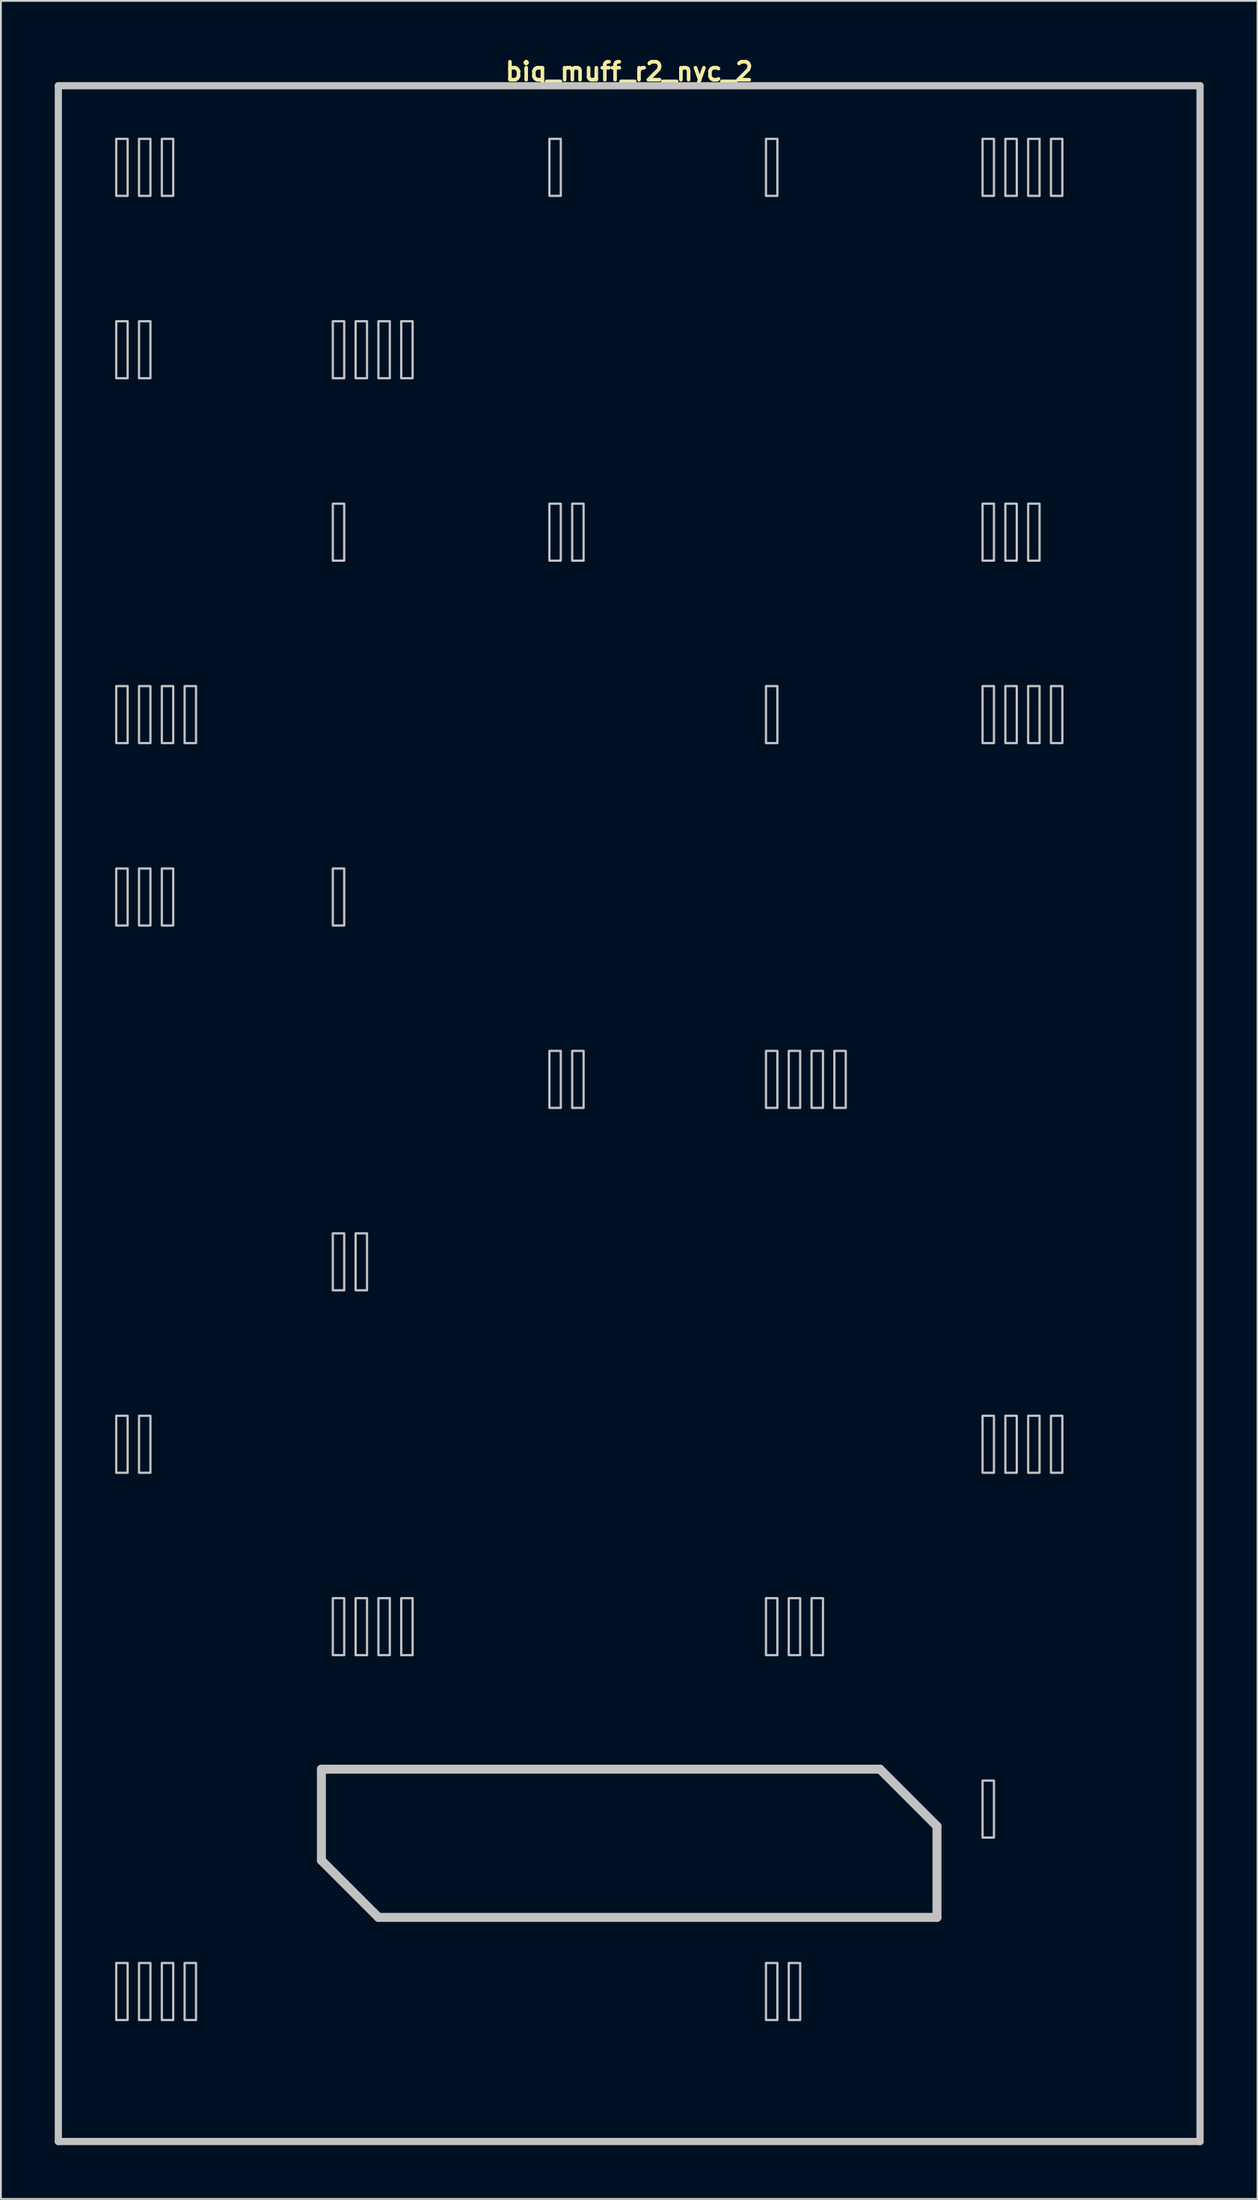
<source format=kicad_pcb>
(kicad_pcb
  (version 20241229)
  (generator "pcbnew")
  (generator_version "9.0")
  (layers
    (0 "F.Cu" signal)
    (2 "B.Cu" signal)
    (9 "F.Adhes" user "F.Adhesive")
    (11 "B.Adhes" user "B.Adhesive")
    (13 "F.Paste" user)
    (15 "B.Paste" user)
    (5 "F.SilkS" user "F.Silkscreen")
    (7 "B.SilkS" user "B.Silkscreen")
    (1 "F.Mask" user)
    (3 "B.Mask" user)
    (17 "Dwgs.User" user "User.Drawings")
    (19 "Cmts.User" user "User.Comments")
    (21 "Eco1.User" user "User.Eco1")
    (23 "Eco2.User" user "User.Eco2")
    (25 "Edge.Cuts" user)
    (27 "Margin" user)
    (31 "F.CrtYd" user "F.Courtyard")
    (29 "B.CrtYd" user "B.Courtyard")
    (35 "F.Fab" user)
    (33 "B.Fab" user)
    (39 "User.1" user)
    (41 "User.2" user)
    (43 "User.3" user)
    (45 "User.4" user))
  (footprint "big_muff_r2_nyc_2"
    (layer "F.Cu")
    (at 32 58.975)
    (property "Reference" "big_muff_r2_nyc_2" (at 0 -58.039 0) (layer "F.SilkS") (effects (font (size 1 1) (thickness 0.2))))
    (attr through_hole)
    (fp_line (start -31.8 -57.25) (end -31.8 57.25) (stroke (width 0.4) (type solid)) (layer "Dwgs.User"))
    (fp_line (start -31.8 -57.25) (end 31.8 -57.25) (stroke (width 0.4) (type solid)) (layer "Dwgs.User"))
    (fp_line (start -31.8 57.25) (end 31.8 57.25) (stroke (width 0.4) (type solid)) (layer "Dwgs.User"))
    (fp_line (start -17.145 36.513) (end -17.145 41.593) (stroke (width 0.5) (type solid)) (layer "Dwgs.User"))
    (fp_line (start -17.145 36.513) (end 13.97 36.513) (stroke (width 0.5) (type solid)) (layer "Dwgs.User"))
    (fp_line (start -17.145 41.593) (end -13.97 44.767) (stroke (width 0.5) (type solid)) (layer "Dwgs.User"))
    (fp_line (start -13.97 44.767) (end 17.145 44.767) (stroke (width 0.5) (type solid)) (layer "Dwgs.User"))
    (fp_line (start 13.97 36.513) (end 17.145 39.688) (stroke (width 0.5) (type solid)) (layer "Dwgs.User"))
    (fp_line (start 17.145 39.688) (end 17.145 44.767) (stroke (width 0.5) (type solid)) (layer "Dwgs.User"))
    (fp_line (start 31.8 -57.25) (end 31.8 57.25) (stroke (width 0.4) (type solid)) (layer "Dwgs.User"))
    (fp_poly (pts (xy -27.94 -51.117) (xy -28.575 -51.117) (xy -28.575 -54.292) (xy -27.94 -54.292)) (stroke (width 0.125) (type solid)) (fill no) (layer "Dwgs.User"))
    (fp_poly (pts (xy -27.94 -40.958) (xy -28.575 -40.958) (xy -28.575 -44.133) (xy -27.94 -44.133)) (stroke (width 0.125) (type solid)) (fill no) (layer "Dwgs.User"))
    (fp_poly (pts (xy -27.94 -20.637) (xy -28.575 -20.637) (xy -28.575 -23.812) (xy -27.94 -23.812)) (stroke (width 0.125) (type solid)) (fill no) (layer "Dwgs.User"))
    (fp_poly (pts (xy -27.94 -10.477) (xy -28.575 -10.477) (xy -28.575 -13.652) (xy -27.94 -13.652)) (stroke (width 0.125) (type solid)) (fill no) (layer "Dwgs.User"))
    (fp_poly (pts (xy -27.94 20.003) (xy -28.575 20.003) (xy -28.575 16.828) (xy -27.94 16.828)) (stroke (width 0.125) (type solid)) (fill no) (layer "Dwgs.User"))
    (fp_poly (pts (xy -27.94 50.483) (xy -28.575 50.483) (xy -28.575 47.307) (xy -27.94 47.307)) (stroke (width 0.125) (type solid)) (fill no) (layer "Dwgs.User"))
    (fp_poly (pts (xy -26.67 -51.117) (xy -27.305 -51.117) (xy -27.305 -54.292) (xy -26.67 -54.292)) (stroke (width 0.125) (type solid)) (fill no) (layer "Dwgs.User"))
    (fp_poly (pts (xy -26.67 -40.958) (xy -27.305 -40.958) (xy -27.305 -44.133) (xy -26.67 -44.133)) (stroke (width 0.125) (type solid)) (fill no) (layer "Dwgs.User"))
    (fp_poly (pts (xy -26.67 -20.637) (xy -27.305 -20.637) (xy -27.305 -23.812) (xy -26.67 -23.812)) (stroke (width 0.125) (type solid)) (fill no) (layer "Dwgs.User"))
    (fp_poly (pts (xy -26.67 -10.477) (xy -27.305 -10.477) (xy -27.305 -13.652) (xy -26.67 -13.652)) (stroke (width 0.125) (type solid)) (fill no) (layer "Dwgs.User"))
    (fp_poly (pts (xy -26.67 20.003) (xy -27.305 20.003) (xy -27.305 16.828) (xy -26.67 16.828)) (stroke (width 0.125) (type solid)) (fill no) (layer "Dwgs.User"))
    (fp_poly (pts (xy -26.67 50.483) (xy -27.305 50.483) (xy -27.305 47.307) (xy -26.67 47.307)) (stroke (width 0.125) (type solid)) (fill no) (layer "Dwgs.User"))
    (fp_poly (pts (xy -25.4 -51.117) (xy -26.035 -51.117) (xy -26.035 -54.292) (xy -25.4 -54.292)) (stroke (width 0.125) (type solid)) (fill no) (layer "Dwgs.User"))
    (fp_poly (pts (xy -25.4 -20.637) (xy -26.035 -20.637) (xy -26.035 -23.812) (xy -25.4 -23.812)) (stroke (width 0.125) (type solid)) (fill no) (layer "Dwgs.User"))
    (fp_poly (pts (xy -25.4 -10.477) (xy -26.035 -10.477) (xy -26.035 -13.652) (xy -25.4 -13.652)) (stroke (width 0.125) (type solid)) (fill no) (layer "Dwgs.User"))
    (fp_poly (pts (xy -25.4 50.483) (xy -26.035 50.483) (xy -26.035 47.307) (xy -25.4 47.307)) (stroke (width 0.125) (type solid)) (fill no) (layer "Dwgs.User"))
    (fp_poly (pts (xy -24.13 -20.637) (xy -24.765 -20.637) (xy -24.765 -23.812) (xy -24.13 -23.812)) (stroke (width 0.125) (type solid)) (fill no) (layer "Dwgs.User"))
    (fp_poly (pts (xy -24.13 50.483) (xy -24.765 50.483) (xy -24.765 47.307) (xy -24.13 47.307)) (stroke (width 0.125) (type solid)) (fill no) (layer "Dwgs.User"))
    (fp_poly (pts (xy -15.875 -40.958) (xy -16.51 -40.958) (xy -16.51 -44.133) (xy -15.875 -44.133)) (stroke (width 0.125) (type solid)) (fill no) (layer "Dwgs.User"))
    (fp_poly (pts (xy -15.875 -30.797) (xy -16.51 -30.797) (xy -16.51 -33.972) (xy -15.875 -33.972)) (stroke (width 0.125) (type solid)) (fill no) (layer "Dwgs.User"))
    (fp_poly (pts (xy -15.875 -10.477) (xy -16.51 -10.477) (xy -16.51 -13.652) (xy -15.875 -13.652)) (stroke (width 0.125) (type solid)) (fill no) (layer "Dwgs.User"))
    (fp_poly (pts (xy -15.875 9.842) (xy -16.51 9.842) (xy -16.51 6.668) (xy -15.875 6.668)) (stroke (width 0.125) (type solid)) (fill no) (layer "Dwgs.User"))
    (fp_poly (pts (xy -15.875 30.163) (xy -16.51 30.163) (xy -16.51 26.988) (xy -15.875 26.988)) (stroke (width 0.125) (type solid)) (fill no) (layer "Dwgs.User"))
    (fp_poly (pts (xy -14.605 -40.958) (xy -15.24 -40.958) (xy -15.24 -44.133) (xy -14.605 -44.133)) (stroke (width 0.125) (type solid)) (fill no) (layer "Dwgs.User"))
    (fp_poly (pts (xy -14.605 9.842) (xy -15.24 9.842) (xy -15.24 6.668) (xy -14.605 6.668)) (stroke (width 0.125) (type solid)) (fill no) (layer "Dwgs.User"))
    (fp_poly (pts (xy -14.605 30.163) (xy -15.24 30.163) (xy -15.24 26.988) (xy -14.605 26.988)) (stroke (width 0.125) (type solid)) (fill no) (layer "Dwgs.User"))
    (fp_poly (pts (xy -13.335 -40.958) (xy -13.97 -40.958) (xy -13.97 -44.133) (xy -13.335 -44.133)) (stroke (width 0.125) (type solid)) (fill no) (layer "Dwgs.User"))
    (fp_poly (pts (xy -13.335 30.163) (xy -13.97 30.163) (xy -13.97 26.988) (xy -13.335 26.988)) (stroke (width 0.125) (type solid)) (fill no) (layer "Dwgs.User"))
    (fp_poly (pts (xy -12.065 -40.958) (xy -12.7 -40.958) (xy -12.7 -44.133) (xy -12.065 -44.133)) (stroke (width 0.125) (type solid)) (fill no) (layer "Dwgs.User"))
    (fp_poly (pts (xy -12.065 30.163) (xy -12.7 30.163) (xy -12.7 26.988) (xy -12.065 26.988)) (stroke (width 0.125) (type solid)) (fill no) (layer "Dwgs.User"))
    (fp_poly (pts (xy -3.81 -51.117) (xy -4.445 -51.117) (xy -4.445 -54.292) (xy -3.81 -54.292)) (stroke (width 0.125) (type solid)) (fill no) (layer "Dwgs.User"))
    (fp_poly (pts (xy -3.81 -30.797) (xy -4.445 -30.797) (xy -4.445 -33.972) (xy -3.81 -33.972)) (stroke (width 0.125) (type solid)) (fill no) (layer "Dwgs.User"))
    (fp_poly (pts (xy -3.81 -0.318) (xy -4.445 -0.318) (xy -4.445 -3.493) (xy -3.81 -3.493)) (stroke (width 0.125) (type solid)) (fill no) (layer "Dwgs.User"))
    (fp_poly (pts (xy -2.54 -30.797) (xy -3.175 -30.797) (xy -3.175 -33.972) (xy -2.54 -33.972)) (stroke (width 0.125) (type solid)) (fill no) (layer "Dwgs.User"))
    (fp_poly (pts (xy -2.54 -0.318) (xy -3.175 -0.318) (xy -3.175 -3.493) (xy -2.54 -3.493)) (stroke (width 0.125) (type solid)) (fill no) (layer "Dwgs.User"))
    (fp_poly (pts (xy 8.255 -51.117) (xy 7.62 -51.117) (xy 7.62 -54.292) (xy 8.255 -54.292)) (stroke (width 0.125) (type solid)) (fill no) (layer "Dwgs.User"))
    (fp_poly (pts (xy 8.255 -20.637) (xy 7.62 -20.637) (xy 7.62 -23.812) (xy 8.255 -23.812)) (stroke (width 0.125) (type solid)) (fill no) (layer "Dwgs.User"))
    (fp_poly (pts (xy 8.255 -0.318) (xy 7.62 -0.318) (xy 7.62 -3.493) (xy 8.255 -3.493)) (stroke (width 0.125) (type solid)) (fill no) (layer "Dwgs.User"))
    (fp_poly (pts (xy 8.255 30.163) (xy 7.62 30.163) (xy 7.62 26.988) (xy 8.255 26.988)) (stroke (width 0.125) (type solid)) (fill no) (layer "Dwgs.User"))
    (fp_poly (pts (xy 8.255 50.483) (xy 7.62 50.483) (xy 7.62 47.307) (xy 8.255 47.307)) (stroke (width 0.125) (type solid)) (fill no) (layer "Dwgs.User"))
    (fp_poly (pts (xy 9.525 -0.318) (xy 8.89 -0.318) (xy 8.89 -3.493) (xy 9.525 -3.493)) (stroke (width 0.125) (type solid)) (fill no) (layer "Dwgs.User"))
    (fp_poly (pts (xy 9.525 30.163) (xy 8.89 30.163) (xy 8.89 26.988) (xy 9.525 26.988)) (stroke (width 0.125) (type solid)) (fill no) (layer "Dwgs.User"))
    (fp_poly (pts (xy 9.525 50.483) (xy 8.89 50.483) (xy 8.89 47.307) (xy 9.525 47.307)) (stroke (width 0.125) (type solid)) (fill no) (layer "Dwgs.User"))
    (fp_poly (pts (xy 10.795 -0.318) (xy 10.16 -0.318) (xy 10.16 -3.493) (xy 10.795 -3.493)) (stroke (width 0.125) (type solid)) (fill no) (layer "Dwgs.User"))
    (fp_poly (pts (xy 10.795 30.163) (xy 10.16 30.163) (xy 10.16 26.988) (xy 10.795 26.988)) (stroke (width 0.125) (type solid)) (fill no) (layer "Dwgs.User"))
    (fp_poly (pts (xy 12.065 -0.318) (xy 11.43 -0.318) (xy 11.43 -3.493) (xy 12.065 -3.493)) (stroke (width 0.125) (type solid)) (fill no) (layer "Dwgs.User"))
    (fp_poly (pts (xy 20.32 -51.117) (xy 19.685 -51.117) (xy 19.685 -54.292) (xy 20.32 -54.292)) (stroke (width 0.125) (type solid)) (fill no) (layer "Dwgs.User"))
    (fp_poly (pts (xy 20.32 -30.797) (xy 19.685 -30.797) (xy 19.685 -33.972) (xy 20.32 -33.972)) (stroke (width 0.125) (type solid)) (fill no) (layer "Dwgs.User"))
    (fp_poly (pts (xy 20.32 -20.637) (xy 19.685 -20.637) (xy 19.685 -23.812) (xy 20.32 -23.812)) (stroke (width 0.125) (type solid)) (fill no) (layer "Dwgs.User"))
    (fp_poly (pts (xy 20.32 20.003) (xy 19.685 20.003) (xy 19.685 16.828) (xy 20.32 16.828)) (stroke (width 0.125) (type solid)) (fill no) (layer "Dwgs.User"))
    (fp_poly (pts (xy 20.32 40.322) (xy 19.685 40.322) (xy 19.685 37.148) (xy 20.32 37.148)) (stroke (width 0.125) (type solid)) (fill no) (layer "Dwgs.User"))
    (fp_poly (pts (xy 21.59 -51.117) (xy 20.955 -51.117) (xy 20.955 -54.292) (xy 21.59 -54.292)) (stroke (width 0.125) (type solid)) (fill no) (layer "Dwgs.User"))
    (fp_poly (pts (xy 21.59 -30.797) (xy 20.955 -30.797) (xy 20.955 -33.972) (xy 21.59 -33.972)) (stroke (width 0.125) (type solid)) (fill no) (layer "Dwgs.User"))
    (fp_poly (pts (xy 21.59 -20.637) (xy 20.955 -20.637) (xy 20.955 -23.812) (xy 21.59 -23.812)) (stroke (width 0.125) (type solid)) (fill no) (layer "Dwgs.User"))
    (fp_poly (pts (xy 21.59 20.003) (xy 20.955 20.003) (xy 20.955 16.828) (xy 21.59 16.828)) (stroke (width 0.125) (type solid)) (fill no) (layer "Dwgs.User"))
    (fp_poly (pts (xy 22.86 -51.117) (xy 22.225 -51.117) (xy 22.225 -54.292) (xy 22.86 -54.292)) (stroke (width 0.125) (type solid)) (fill no) (layer "Dwgs.User"))
    (fp_poly (pts (xy 22.86 -30.797) (xy 22.225 -30.797) (xy 22.225 -33.972) (xy 22.86 -33.972)) (stroke (width 0.125) (type solid)) (fill no) (layer "Dwgs.User"))
    (fp_poly (pts (xy 22.86 -20.637) (xy 22.225 -20.637) (xy 22.225 -23.812) (xy 22.86 -23.812)) (stroke (width 0.125) (type solid)) (fill no) (layer "Dwgs.User"))
    (fp_poly (pts (xy 22.86 20.003) (xy 22.225 20.003) (xy 22.225 16.828) (xy 22.86 16.828)) (stroke (width 0.125) (type solid)) (fill no) (layer "Dwgs.User"))
    (fp_poly (pts (xy 24.13 -51.117) (xy 23.495 -51.117) (xy 23.495 -54.292) (xy 24.13 -54.292)) (stroke (width 0.125) (type solid)) (fill no) (layer "Dwgs.User"))
    (fp_poly (pts (xy 24.13 -20.637) (xy 23.495 -20.637) (xy 23.495 -23.812) (xy 24.13 -23.812)) (stroke (width 0.125) (type solid)) (fill no) (layer "Dwgs.User"))
    (fp_poly (pts (xy 24.13 20.003) (xy 23.495 20.003) (xy 23.495 16.828) (xy 24.13 16.828)) (stroke (width 0.125) (type solid)) (fill no) (layer "Dwgs.User"))
    (fp_line (start -31.8 -57.25) (end -31.8 57.25) (stroke (width 0.4) (type solid)) (layer "Eco1.User"))
    (fp_line (start -31.8 -57.25) (end 31.8 -57.25) (stroke (width 0.4) (type solid)) (layer "Eco1.User"))
    (fp_line (start -31.8 57.25) (end 31.8 57.25) (stroke (width 0.4) (type solid)) (layer "Eco1.User"))
    (fp_line (start -30.45 -55.75) (end -30.45 55.75) (stroke (width 0.4) (type solid)) (layer "Eco1.User"))
    (fp_line (start -30.45 -55.75) (end 30.45 -55.75) (stroke (width 0.4) (type solid)) (layer "Eco1.User"))
    (fp_line (start -30.45 55.75) (end 30.45 55.75) (stroke (width 0.4) (type solid)) (layer "Eco1.User"))
    (fp_line (start 30.45 -55.75) (end 30.45 55.75) (stroke (width 0.4) (type solid)) (layer "Eco1.User"))
    (fp_line (start 31.8 -57.25) (end 31.8 57.25) (stroke (width 0.4) (type solid)) (layer "Eco1.User"))
    (fp_circle (center -19.05 -40.44) (end -15.35 -40.44) (stroke (width 0.4) (type solid)) (fill no) (layer "Eco1.User"))
    (fp_circle (center -19.05 -40.44) (end -9.55 -40.44) (stroke (width 0.4) (type solid)) (fill no) (layer "Eco1.User"))
    (fp_circle (center 0 -26.67) (end 3.7 -26.67) (stroke (width 0.4) (type solid)) (fill no) (layer "Eco1.User"))
    (fp_circle (center 0 -26.67) (end 9.5 -26.67) (stroke (width 0.4) (type solid)) (fill no) (layer "Eco1.User"))
    (fp_circle (center 0 -7.62) (end 2.65 -7.62) (stroke (width 0.4) (type solid)) (fill no) (layer "Eco1.User"))
    (fp_circle (center 0 19.05) (end 6.5 19.05) (stroke (width 0.4) (type solid)) (fill no) (layer "Eco1.User"))
    (fp_circle (center 0 19.05) (end 9.75 19.05) (stroke (width 0.4) (type solid)) (fill no) (layer "Eco1.User"))
    (fp_circle (center 19.05 -40.44) (end 22.75 -40.44) (stroke (width 0.4) (type solid)) (fill no) (layer "Eco1.User"))
    (fp_circle (center 19.05 -40.44) (end 28.55 -40.44) (stroke (width 0.4) (type solid)) (fill no) (layer "Eco1.User"))
    (fp_line (start -31.8 -57.25) (end -31.8 57.25) (stroke (width 0.4) (type solid)) (layer "Eco2.User"))
    (fp_line (start -31.8 -57.25) (end 31.8 -57.25) (stroke (width 0.4) (type solid)) (layer "Eco2.User"))
    (fp_line (start -31.8 57.25) (end 31.8 57.25) (stroke (width 0.4) (type solid)) (layer "Eco2.User"))
    (fp_line (start -29.21 -54.928) (end -29.21 -49.847) (stroke (width 0.5) (type solid)) (layer "Eco2.User"))
    (fp_line (start -29.21 -54.928) (end -22.225 -54.928) (stroke (width 0.5) (type solid)) (layer "Eco2.User"))
    (fp_line (start -29.21 -49.847) (end -26.035 -46.672) (stroke (width 0.5) (type solid)) (layer "Eco2.User"))
    (fp_line (start -29.21 -44.767) (end -29.21 -39.688) (stroke (width 0.5) (type solid)) (layer "Eco2.User"))
    (fp_line (start -29.21 -44.767) (end -22.225 -44.767) (stroke (width 0.5) (type solid)) (layer "Eco2.User"))
    (fp_line (start -29.21 -39.688) (end -26.035 -36.513) (stroke (width 0.5) (type solid)) (layer "Eco2.User"))
    (fp_line (start -29.21 -34.608) (end -29.21 -29.527) (stroke (width 0.5) (type solid)) (layer "Eco2.User"))
    (fp_line (start -29.21 -34.608) (end -22.225 -34.608) (stroke (width 0.5) (type solid)) (layer "Eco2.User"))
    (fp_line (start -29.21 -29.527) (end -28.575 -28.892) (stroke (width 0.5) (type solid)) (layer "Eco2.User"))
    (fp_line (start -29.21 -24.448) (end -29.21 -19.367) (stroke (width 0.5) (type solid)) (layer "Eco2.User"))
    (fp_line (start -29.21 -24.448) (end -22.225 -24.448) (stroke (width 0.5) (type solid)) (layer "Eco2.User"))
    (fp_line (start -29.21 -19.367) (end -26.035 -16.192) (stroke (width 0.5) (type solid)) (layer "Eco2.User"))
    (fp_line (start -29.21 -14.287) (end -29.21 -9.207) (stroke (width 0.5) (type solid)) (layer "Eco2.User"))
    (fp_line (start -29.21 -14.287) (end -22.225 -14.287) (stroke (width 0.5) (type solid)) (layer "Eco2.User"))
    (fp_line (start -29.21 -9.207) (end -26.035 -6.032) (stroke (width 0.5) (type solid)) (layer "Eco2.User"))
    (fp_line (start -29.21 -4.128) (end -29.21 0.953) (stroke (width 0.5) (type solid)) (layer "Eco2.User"))
    (fp_line (start -29.21 -4.128) (end -22.225 -4.128) (stroke (width 0.5) (type solid)) (layer "Eco2.User"))
    (fp_line (start -29.21 0.953) (end -26.035 4.128) (stroke (width 0.5) (type solid)) (layer "Eco2.User"))
    (fp_line (start -29.21 6.032) (end -29.21 11.113) (stroke (width 0.5) (type solid)) (layer "Eco2.User"))
    (fp_line (start -29.21 6.032) (end -22.225 6.032) (stroke (width 0.5) (type solid)) (layer "Eco2.User"))
    (fp_line (start -29.21 11.113) (end -26.035 14.287) (stroke (width 0.5) (type solid)) (layer "Eco2.User"))
    (fp_line (start -29.21 16.192) (end -29.21 21.273) (stroke (width 0.5) (type solid)) (layer "Eco2.User"))
    (fp_line (start -29.21 16.192) (end -22.225 16.192) (stroke (width 0.5) (type solid)) (layer "Eco2.User"))
    (fp_line (start -29.21 21.273) (end -26.035 24.448) (stroke (width 0.5) (type solid)) (layer "Eco2.User"))
    (fp_line (start -29.21 26.352) (end -29.21 31.433) (stroke (width 0.5) (type solid)) (layer "Eco2.User"))
    (fp_line (start -29.21 26.352) (end -22.225 26.352) (stroke (width 0.5) (type solid)) (layer "Eco2.User"))
    (fp_line (start -29.21 31.433) (end -26.035 34.608) (stroke (width 0.5) (type solid)) (layer "Eco2.User"))
    (fp_line (start -29.21 36.513) (end -29.21 41.593) (stroke (width 0.5) (type solid)) (layer "Eco2.User"))
    (fp_line (start -29.21 36.513) (end -22.225 36.513) (stroke (width 0.5) (type solid)) (layer "Eco2.User"))
    (fp_line (start -29.21 41.593) (end -26.035 44.767) (stroke (width 0.5) (type solid)) (layer "Eco2.User"))
    (fp_line (start -29.21 46.672) (end -29.21 51.752) (stroke (width 0.5) (type solid)) (layer "Eco2.User"))
    (fp_line (start -29.21 46.672) (end 1.905 46.672) (stroke (width 0.5) (type solid)) (layer "Eco2.User"))
    (fp_line (start -29.21 51.752) (end -26.035 54.928) (stroke (width 0.5) (type solid)) (layer "Eco2.User"))
    (fp_line (start -26.035 -46.672) (end -19.05 -46.672) (stroke (width 0.5) (type solid)) (layer "Eco2.User"))
    (fp_line (start -26.035 -36.513) (end -19.05 -36.513) (stroke (width 0.5) (type solid)) (layer "Eco2.User"))
    (fp_line (start -26.035 -16.192) (end -19.05 -16.192) (stroke (width 0.5) (type solid)) (layer "Eco2.User"))
    (fp_line (start -26.035 -6.032) (end -19.05 -6.032) (stroke (width 0.5) (type solid)) (layer "Eco2.User"))
    (fp_line (start -26.035 4.128) (end -19.05 4.128) (stroke (width 0.5) (type solid)) (layer "Eco2.User"))
    (fp_line (start -26.035 14.287) (end -19.05 14.287) (stroke (width 0.5) (type solid)) (layer "Eco2.User"))
    (fp_line (start -26.035 24.448) (end -19.05 24.448) (stroke (width 0.5) (type solid)) (layer "Eco2.User"))
    (fp_line (start -26.035 34.608) (end -19.05 34.608) (stroke (width 0.5) (type solid)) (layer "Eco2.User"))
    (fp_line (start -26.035 44.767) (end -19.05 44.767) (stroke (width 0.5) (type solid)) (layer "Eco2.User"))
    (fp_line (start -26.035 54.928) (end 5.08 54.928) (stroke (width 0.5) (type solid)) (layer "Eco2.User"))
    (fp_line (start -22.225 -54.928) (end -19.05 -51.752) (stroke (width 0.5) (type solid)) (layer "Eco2.User"))
    (fp_line (start -22.225 -44.767) (end -19.05 -41.593) (stroke (width 0.5) (type solid)) (layer "Eco2.User"))
    (fp_line (start -22.225 -34.608) (end -19.05 -31.433) (stroke (width 0.5) (type solid)) (layer "Eco2.User"))
    (fp_line (start -22.225 -24.448) (end -19.05 -21.273) (stroke (width 0.5) (type solid)) (layer "Eco2.User"))
    (fp_line (start -22.225 -14.287) (end -19.05 -11.113) (stroke (width 0.5) (type solid)) (layer "Eco2.User"))
    (fp_line (start -22.225 -4.128) (end -19.05 -0.953) (stroke (width 0.5) (type solid)) (layer "Eco2.User"))
    (fp_line (start -22.225 6.032) (end -19.05 9.207) (stroke (width 0.5) (type solid)) (layer "Eco2.User"))
    (fp_line (start -22.225 16.192) (end -19.05 19.367) (stroke (width 0.5) (type solid)) (layer "Eco2.User"))
    (fp_line (start -22.225 26.352) (end -19.05 29.527) (stroke (width 0.5) (type solid)) (layer "Eco2.User"))
    (fp_line (start -22.225 36.513) (end -19.05 39.688) (stroke (width 0.5) (type solid)) (layer "Eco2.User"))
    (fp_line (start -19.05 -51.752) (end -19.05 -46.672) (stroke (width 0.5) (type solid)) (layer "Eco2.User"))
    (fp_line (start -19.05 -41.593) (end -19.05 -36.513) (stroke (width 0.5) (type solid)) (layer "Eco2.User"))
    (fp_line (start -19.05 -31.433) (end -19.05 -29.845) (stroke (width 0.5) (type solid)) (layer "Eco2.User"))
    (fp_line (start -19.05 -21.273) (end -19.05 -16.192) (stroke (width 0.5) (type solid)) (layer "Eco2.User"))
    (fp_line (start -19.05 -11.113) (end -19.05 -6.032) (stroke (width 0.5) (type solid)) (layer "Eco2.User"))
    (fp_line (start -19.05 -0.953) (end -19.05 4.128) (stroke (width 0.5) (type solid)) (layer "Eco2.User"))
    (fp_line (start -19.05 9.207) (end -19.05 14.287) (stroke (width 0.5) (type solid)) (layer "Eco2.User"))
    (fp_line (start -19.05 19.367) (end -19.05 24.448) (stroke (width 0.5) (type solid)) (layer "Eco2.User"))
    (fp_line (start -19.05 29.527) (end -19.05 34.608) (stroke (width 0.5) (type solid)) (layer "Eco2.User"))
    (fp_line (start -19.05 39.688) (end -19.05 44.767) (stroke (width 0.5) (type solid)) (layer "Eco2.User"))
    (fp_line (start -17.145 -54.928) (end -17.145 -49.847) (stroke (width 0.5) (type solid)) (layer "Eco2.User"))
    (fp_line (start -17.145 -54.928) (end -10.16 -54.928) (stroke (width 0.5) (type solid)) (layer "Eco2.User"))
    (fp_line (start -17.145 -49.847) (end -13.97 -46.672) (stroke (width 0.5) (type solid)) (layer "Eco2.User"))
    (fp_line (start -17.145 -44.767) (end -17.145 -39.688) (stroke (width 0.5) (type solid)) (layer "Eco2.User"))
    (fp_line (start -17.145 -44.767) (end 13.97 -44.767) (stroke (width 0.5) (type solid)) (layer "Eco2.User"))
    (fp_line (start -17.145 -39.688) (end -13.97 -36.513) (stroke (width 0.5) (type solid)) (layer "Eco2.User"))
    (fp_line (start -17.145 -34.608) (end -17.145 -29.845) (stroke (width 0.5) (type solid)) (layer "Eco2.User"))
    (fp_line (start -17.145 -34.608) (end -10.16 -34.608) (stroke (width 0.5) (type solid)) (layer "Eco2.User"))
    (fp_line (start -17.145 -24.448) (end -17.145 -19.367) (stroke (width 0.5) (type solid)) (layer "Eco2.User"))
    (fp_line (start -17.145 -24.448) (end -10.16 -24.448) (stroke (width 0.5) (type solid)) (layer "Eco2.User"))
    (fp_line (start -17.145 -19.367) (end -13.97 -16.192) (stroke (width 0.5) (type solid)) (layer "Eco2.User"))
    (fp_line (start -17.145 -14.287) (end -17.145 -9.207) (stroke (width 0.5) (type solid)) (layer "Eco2.User"))
    (fp_line (start -17.145 -14.287) (end -10.16 -14.287) (stroke (width 0.5) (type solid)) (layer "Eco2.User"))
    (fp_line (start -17.145 -9.207) (end -13.97 -6.032) (stroke (width 0.5) (type solid)) (layer "Eco2.User"))
    (fp_line (start -17.145 -4.128) (end -17.145 0.953) (stroke (width 0.5) (type solid)) (layer "Eco2.User"))
    (fp_line (start -17.145 -4.128) (end -10.16 -4.128) (stroke (width 0.5) (type solid)) (layer "Eco2.User"))
    (fp_line (start -17.145 0.953) (end -13.97 4.128) (stroke (width 0.5) (type solid)) (layer "Eco2.User"))
    (fp_line (start -17.145 6.032) (end -17.145 11.113) (stroke (width 0.5) (type solid)) (layer "Eco2.User"))
    (fp_line (start -17.145 6.032) (end -10.16 6.032) (stroke (width 0.5) (type solid)) (layer "Eco2.User"))
    (fp_line (start -17.145 11.113) (end -13.97 14.287) (stroke (width 0.5) (type solid)) (layer "Eco2.User"))
    (fp_line (start -17.145 16.192) (end -17.145 21.273) (stroke (width 0.5) (type solid)) (layer "Eco2.User"))
    (fp_line (start -17.145 16.192) (end -10.16 16.192) (stroke (width 0.5) (type solid)) (layer "Eco2.User"))
    (fp_line (start -17.145 21.273) (end -13.97 24.448) (stroke (width 0.5) (type solid)) (layer "Eco2.User"))
    (fp_line (start -17.145 26.352) (end -17.145 31.433) (stroke (width 0.5) (type solid)) (layer "Eco2.User"))
    (fp_line (start -17.145 26.352) (end -10.16 26.352) (stroke (width 0.5) (type solid)) (layer "Eco2.User"))
    (fp_line (start -17.145 31.433) (end -13.97 34.608) (stroke (width 0.5) (type solid)) (layer "Eco2.User"))
    (fp_line (start -13.97 -46.672) (end -6.985 -46.672) (stroke (width 0.5) (type solid)) (layer "Eco2.User"))
    (fp_line (start -13.97 -36.513) (end 17.145 -36.513) (stroke (width 0.5) (type solid)) (layer "Eco2.User"))
    (fp_line (start -13.97 -16.192) (end -6.985 -16.192) (stroke (width 0.5) (type solid)) (layer "Eco2.User"))
    (fp_line (start -13.97 -6.032) (end -6.985 -6.032) (stroke (width 0.5) (type solid)) (layer "Eco2.User"))
    (fp_line (start -13.97 4.128) (end -6.985 4.128) (stroke (width 0.5) (type solid)) (layer "Eco2.User"))
    (fp_line (start -13.97 14.287) (end -6.985 14.287) (stroke (width 0.5) (type solid)) (layer "Eco2.User"))
    (fp_line (start -13.97 24.448) (end -6.985 24.448) (stroke (width 0.5) (type solid)) (layer "Eco2.User"))
    (fp_line (start -13.97 34.608) (end -6.985 34.608) (stroke (width 0.5) (type solid)) (layer "Eco2.User"))
    (fp_line (start -10.16 -54.928) (end -6.985 -51.752) (stroke (width 0.5) (type solid)) (layer "Eco2.User"))
    (fp_line (start -10.16 -34.608) (end -6.985 -31.433) (stroke (width 0.5) (type solid)) (layer "Eco2.User"))
    (fp_line (start -10.16 -24.448) (end -6.985 -21.273) (stroke (width 0.5) (type solid)) (layer "Eco2.User"))
    (fp_line (start -10.16 -14.287) (end -6.985 -11.113) (stroke (width 0.5) (type solid)) (layer "Eco2.User"))
    (fp_line (start -10.16 -4.128) (end -6.985 -0.953) (stroke (width 0.5) (type solid)) (layer "Eco2.User"))
    (fp_line (start -10.16 6.032) (end -6.985 9.207) (stroke (width 0.5) (type solid)) (layer "Eco2.User"))
    (fp_line (start -10.16 16.192) (end -6.985 19.367) (stroke (width 0.5) (type solid)) (layer "Eco2.User"))
    (fp_line (start -10.16 26.352) (end -6.985 29.527) (stroke (width 0.5) (type solid)) (layer "Eco2.User"))
    (fp_line (start -9.842 -26.352) (end -6.985 -26.352) (stroke (width 0.5) (type solid)) (layer "Eco2.User"))
    (fp_line (start -6.985 -51.752) (end -6.985 -46.672) (stroke (width 0.5) (type solid)) (layer "Eco2.User"))
    (fp_line (start -6.985 -31.433) (end -6.985 -26.352) (stroke (width 0.5) (type solid)) (layer "Eco2.User"))
    (fp_line (start -6.985 -21.273) (end -6.985 -16.192) (stroke (width 0.5) (type solid)) (layer "Eco2.User"))
    (fp_line (start -6.985 -11.113) (end -6.985 -6.032) (stroke (width 0.5) (type solid)) (layer "Eco2.User"))
    (fp_line (start -6.985 -0.953) (end -6.985 4.128) (stroke (width 0.5) (type solid)) (layer "Eco2.User"))
    (fp_line (start -6.985 9.207) (end -6.985 14.287) (stroke (width 0.5) (type solid)) (layer "Eco2.User"))
    (fp_line (start -6.985 19.367) (end -6.985 24.448) (stroke (width 0.5) (type solid)) (layer "Eco2.User"))
    (fp_line (start -6.985 29.527) (end -6.985 34.608) (stroke (width 0.5) (type solid)) (layer "Eco2.User"))
    (fp_line (start -5.715 -40.64) (end -4.445 -40.64) (stroke (width 0.25) (type solid)) (layer "Eco2.User"))
    (fp_line (start -5.08 -54.928) (end -5.08 -49.847) (stroke (width 0.5) (type solid)) (layer "Eco2.User"))
    (fp_line (start -5.08 -54.928) (end 1.905 -54.928) (stroke (width 0.5) (type solid)) (layer "Eco2.User"))
    (fp_line (start -5.08 -49.847) (end -1.905 -46.672) (stroke (width 0.5) (type solid)) (layer "Eco2.User"))
    (fp_line (start -5.08 -41.275) (end -5.08 -40.005) (stroke (width 0.25) (type solid)) (layer "Eco2.User"))
    (fp_line (start -5.08 -34.608) (end -5.08 -29.527) (stroke (width 0.5) (type solid)) (layer "Eco2.User"))
    (fp_line (start -5.08 -34.608) (end 1.905 -34.608) (stroke (width 0.5) (type solid)) (layer "Eco2.User"))
    (fp_line (start -5.08 -29.527) (end -1.905 -26.352) (stroke (width 0.5) (type solid)) (layer "Eco2.User"))
    (fp_line (start -5.08 -24.448) (end -5.08 -19.367) (stroke (width 0.5) (type solid)) (layer "Eco2.User"))
    (fp_line (start -5.08 -24.448) (end 1.905 -24.448) (stroke (width 0.5) (type solid)) (layer "Eco2.User"))
    (fp_line (start -5.08 -19.367) (end -1.905 -16.192) (stroke (width 0.5) (type solid)) (layer "Eco2.User"))
    (fp_line (start -5.08 -11.113) (end -5.08 -9.207) (stroke (width 0.5) (type solid)) (layer "Eco2.User"))
    (fp_line (start -5.08 -9.207) (end -1.905 -6.032) (stroke (width 0.5) (type solid)) (layer "Eco2.User"))
    (fp_line (start -5.08 -4.128) (end -5.08 0.953) (stroke (width 0.5) (type solid)) (layer "Eco2.User"))
    (fp_line (start -5.08 -4.128) (end 1.905 -4.128) (stroke (width 0.5) (type solid)) (layer "Eco2.User"))
    (fp_line (start -5.08 0.953) (end -1.905 4.128) (stroke (width 0.5) (type solid)) (layer "Eco2.User"))
    (fp_line (start -5.08 6.032) (end -5.08 11.113) (stroke (width 0.5) (type solid)) (layer "Eco2.User"))
    (fp_line (start -5.08 6.032) (end 1.905 6.032) (stroke (width 0.5) (type solid)) (layer "Eco2.User"))
    (fp_line (start -5.08 11.113) (end -1.905 14.287) (stroke (width 0.5) (type solid)) (layer "Eco2.User"))
    (fp_line (start -5.08 26.352) (end -5.08 31.433) (stroke (width 0.5) (type solid)) (layer "Eco2.User"))
    (fp_line (start -5.08 26.352) (end 1.905 26.352) (stroke (width 0.5) (type solid)) (layer "Eco2.User"))
    (fp_line (start -5.08 31.433) (end -1.905 34.608) (stroke (width 0.5) (type solid)) (layer "Eco2.User"))
    (fp_line (start -3.81 -40.64) (end -1.27 -40.64) (stroke (width 0.5) (type solid)) (layer "Eco2.User"))
    (fp_line (start -1.905 -46.672) (end 5.08 -46.672) (stroke (width 0.5) (type solid)) (layer "Eco2.User"))
    (fp_line (start -1.905 -26.352) (end 5.08 -26.352) (stroke (width 0.5) (type solid)) (layer "Eco2.User"))
    (fp_line (start -1.905 -16.192) (end 5.08 -16.192) (stroke (width 0.5) (type solid)) (layer "Eco2.User"))
    (fp_line (start -1.905 -6.032) (end 5.08 -6.032) (stroke (width 0.5) (type solid)) (layer "Eco2.User"))
    (fp_line (start -1.905 4.128) (end 5.08 4.128) (stroke (width 0.5) (type solid)) (layer "Eco2.User"))
    (fp_line (start -1.905 14.287) (end 5.08 14.287) (stroke (width 0.5) (type solid)) (layer "Eco2.User"))
    (fp_line (start -1.905 34.608) (end 5.08 34.608) (stroke (width 0.5) (type solid)) (layer "Eco2.User"))
    (fp_line (start 0 -40.64) (end 3.81 -40.64) (stroke (width 0.5) (type solid)) (layer "Eco2.User"))
    (fp_line (start 1.905 -54.928) (end 5.08 -51.752) (stroke (width 0.5) (type solid)) (layer "Eco2.User"))
    (fp_line (start 1.905 -34.608) (end 5.08 -31.433) (stroke (width 0.5) (type solid)) (layer "Eco2.User"))
    (fp_line (start 1.905 -24.448) (end 5.08 -21.273) (stroke (width 0.5) (type solid)) (layer "Eco2.User"))
    (fp_line (start 1.905 -4.128) (end 5.08 -0.953) (stroke (width 0.5) (type solid)) (layer "Eco2.User"))
    (fp_line (start 1.905 6.032) (end 5.08 9.207) (stroke (width 0.5) (type solid)) (layer "Eco2.User"))
    (fp_line (start 1.905 26.352) (end 5.08 29.527) (stroke (width 0.5) (type solid)) (layer "Eco2.User"))
    (fp_line (start 1.905 46.672) (end 5.08 49.847) (stroke (width 0.5) (type solid)) (layer "Eco2.User"))
    (fp_line (start 4.445 -40.64) (end 5.715 -40.64) (stroke (width 0.25) (type solid)) (layer "Eco2.User"))
    (fp_line (start 5.08 -51.752) (end 5.08 -46.672) (stroke (width 0.5) (type solid)) (layer "Eco2.User"))
    (fp_line (start 5.08 -31.433) (end 5.08 -26.352) (stroke (width 0.5) (type solid)) (layer "Eco2.User"))
    (fp_line (start 5.08 -21.273) (end 5.08 -16.192) (stroke (width 0.5) (type solid)) (layer "Eco2.User"))
    (fp_line (start 5.08 -11.113) (end 5.08 -6.032) (stroke (width 0.5) (type solid)) (layer "Eco2.User"))
    (fp_line (start 5.08 -0.953) (end 5.08 4.128) (stroke (width 0.5) (type solid)) (layer "Eco2.User"))
    (fp_line (start 5.08 9.207) (end 5.08 14.287) (stroke (width 0.5) (type solid)) (layer "Eco2.User"))
    (fp_line (start 5.08 29.527) (end 5.08 34.608) (stroke (width 0.5) (type solid)) (layer "Eco2.User"))
    (fp_line (start 5.08 49.847) (end 5.08 54.928) (stroke (width 0.5) (type solid)) (layer "Eco2.User"))
    (fp_line (start 6.985 -54.928) (end 6.985 -49.847) (stroke (width 0.5) (type solid)) (layer "Eco2.User"))
    (fp_line (start 6.985 -54.928) (end 13.97 -54.928) (stroke (width 0.5) (type solid)) (layer "Eco2.User"))
    (fp_line (start 6.985 -49.847) (end 10.16 -46.672) (stroke (width 0.5) (type solid)) (layer "Eco2.User"))
    (fp_line (start 6.985 -34.608) (end 6.985 -29.527) (stroke (width 0.5) (type solid)) (layer "Eco2.User"))
    (fp_line (start 6.985 -34.608) (end 13.97 -34.608) (stroke (width 0.5) (type solid)) (layer "Eco2.User"))
    (fp_line (start 6.985 -29.527) (end 9.525 -26.988) (stroke (width 0.5) (type solid)) (layer "Eco2.User"))
    (fp_line (start 6.985 -24.448) (end 6.985 -19.367) (stroke (width 0.5) (type solid)) (layer "Eco2.User"))
    (fp_line (start 6.985 -24.448) (end 13.97 -24.448) (stroke (width 0.5) (type solid)) (layer "Eco2.User"))
    (fp_line (start 6.985 -19.367) (end 10.16 -16.192) (stroke (width 0.5) (type solid)) (layer "Eco2.User"))
    (fp_line (start 6.985 -14.287) (end 6.985 -9.207) (stroke (width 0.5) (type solid)) (layer "Eco2.User"))
    (fp_line (start 6.985 -14.287) (end 13.97 -14.287) (stroke (width 0.5) (type solid)) (layer "Eco2.User"))
    (fp_line (start 6.985 -9.207) (end 10.16 -6.032) (stroke (width 0.5) (type solid)) (layer "Eco2.User"))
    (fp_line (start 6.985 -4.128) (end 6.985 0.953) (stroke (width 0.5) (type solid)) (layer "Eco2.User"))
    (fp_line (start 6.985 -4.128) (end 13.97 -4.128) (stroke (width 0.5) (type solid)) (layer "Eco2.User"))
    (fp_line (start 6.985 0.953) (end 10.16 4.128) (stroke (width 0.5) (type solid)) (layer "Eco2.User"))
    (fp_line (start 6.985 6.032) (end 6.985 11.113) (stroke (width 0.5) (type solid)) (layer "Eco2.User"))
    (fp_line (start 6.985 6.032) (end 13.97 6.032) (stroke (width 0.5) (type solid)) (layer "Eco2.User"))
    (fp_line (start 6.985 11.113) (end 10.16 14.287) (stroke (width 0.5) (type solid)) (layer "Eco2.User"))
    (fp_line (start 6.985 16.192) (end 6.985 21.273) (stroke (width 0.5) (type solid)) (layer "Eco2.User"))
    (fp_line (start 6.985 16.192) (end 13.97 16.192) (stroke (width 0.5) (type solid)) (layer "Eco2.User"))
    (fp_line (start 6.985 21.273) (end 10.16 24.448) (stroke (width 0.5) (type solid)) (layer "Eco2.User"))
    (fp_line (start 6.985 26.352) (end 6.985 31.433) (stroke (width 0.5) (type solid)) (layer "Eco2.User"))
    (fp_line (start 6.985 26.352) (end 13.97 26.352) (stroke (width 0.5) (type solid)) (layer "Eco2.User"))
    (fp_line (start 6.985 31.433) (end 10.16 34.608) (stroke (width 0.5) (type solid)) (layer "Eco2.User"))
    (fp_line (start 6.985 46.672) (end 6.985 51.752) (stroke (width 0.5) (type solid)) (layer "Eco2.User"))
    (fp_line (start 6.985 46.672) (end 26.035 46.672) (stroke (width 0.5) (type solid)) (layer "Eco2.User"))
    (fp_line (start 6.985 51.752) (end 10.16 54.928) (stroke (width 0.5) (type solid)) (layer "Eco2.User"))
    (fp_line (start 10.16 -46.672) (end 17.145 -46.672) (stroke (width 0.5) (type solid)) (layer "Eco2.User"))
    (fp_line (start 10.16 -16.192) (end 17.145 -16.192) (stroke (width 0.5) (type solid)) (layer "Eco2.User"))
    (fp_line (start 10.16 -6.032) (end 17.145 -6.032) (stroke (width 0.5) (type solid)) (layer "Eco2.User"))
    (fp_line (start 10.16 4.128) (end 17.145 4.128) (stroke (width 0.5) (type solid)) (layer "Eco2.User"))
    (fp_line (start 10.16 14.287) (end 17.145 14.287) (stroke (width 0.5) (type solid)) (layer "Eco2.User"))
    (fp_line (start 10.16 24.448) (end 17.145 24.448) (stroke (width 0.5) (type solid)) (layer "Eco2.User"))
    (fp_line (start 10.16 34.608) (end 17.145 34.608) (stroke (width 0.5) (type solid)) (layer "Eco2.User"))
    (fp_line (start 10.16 54.928) (end 29.21 54.928) (stroke (width 0.5) (type solid)) (layer "Eco2.User"))
    (fp_line (start 13.97 -54.928) (end 17.145 -51.752) (stroke (width 0.5) (type solid)) (layer "Eco2.User"))
    (fp_line (start 13.97 -44.767) (end 17.145 -41.593) (stroke (width 0.5) (type solid)) (layer "Eco2.User"))
    (fp_line (start 13.97 -34.608) (end 17.145 -31.433) (stroke (width 0.5) (type solid)) (layer "Eco2.User"))
    (fp_line (start 13.97 -24.448) (end 17.145 -21.273) (stroke (width 0.5) (type solid)) (layer "Eco2.User"))
    (fp_line (start 13.97 -14.287) (end 17.145 -11.113) (stroke (width 0.5) (type solid)) (layer "Eco2.User"))
    (fp_line (start 13.97 -4.128) (end 17.145 -0.953) (stroke (width 0.5) (type solid)) (layer "Eco2.User"))
    (fp_line (start 13.97 6.032) (end 17.145 9.207) (stroke (width 0.5) (type solid)) (layer "Eco2.User"))
    (fp_line (start 13.97 16.192) (end 17.145 19.367) (stroke (width 0.5) (type solid)) (layer "Eco2.User"))
    (fp_line (start 13.97 26.352) (end 17.145 29.527) (stroke (width 0.5) (type solid)) (layer "Eco2.User"))
    (fp_line (start 17.145 -51.752) (end 17.145 -46.672) (stroke (width 0.5) (type solid)) (layer "Eco2.User"))
    (fp_line (start 17.145 -41.593) (end 17.145 -36.513) (stroke (width 0.5) (type solid)) (layer "Eco2.User"))
    (fp_line (start 17.145 -31.433) (end 17.145 -29.845) (stroke (width 0.5) (type solid)) (layer "Eco2.User"))
    (fp_line (start 17.145 -21.273) (end 17.145 -16.192) (stroke (width 0.5) (type solid)) (layer "Eco2.User"))
    (fp_line (start 17.145 -11.113) (end 17.145 -6.032) (stroke (width 0.5) (type solid)) (layer "Eco2.User"))
    (fp_line (start 17.145 -0.953) (end 17.145 4.128) (stroke (width 0.5) (type solid)) (layer "Eco2.User"))
    (fp_line (start 17.145 9.207) (end 17.145 14.287) (stroke (width 0.5) (type solid)) (layer "Eco2.User"))
    (fp_line (start 17.145 19.367) (end 17.145 24.448) (stroke (width 0.5) (type solid)) (layer "Eco2.User"))
    (fp_line (start 17.145 29.527) (end 17.145 34.608) (stroke (width 0.5) (type solid)) (layer "Eco2.User"))
    (fp_line (start 19.05 -54.928) (end 19.05 -49.847) (stroke (width 0.5) (type solid)) (layer "Eco2.User"))
    (fp_line (start 19.05 -54.928) (end 26.035 -54.928) (stroke (width 0.5) (type solid)) (layer "Eco2.User"))
    (fp_line (start 19.05 -49.847) (end 22.225 -46.672) (stroke (width 0.5) (type solid)) (layer "Eco2.User"))
    (fp_line (start 19.05 -44.767) (end 19.05 -39.688) (stroke (width 0.5) (type solid)) (layer "Eco2.User"))
    (fp_line (start 19.05 -44.767) (end 26.035 -44.767) (stroke (width 0.5) (type solid)) (layer "Eco2.User"))
    (fp_line (start 19.05 -39.688) (end 22.225 -36.513) (stroke (width 0.5) (type solid)) (layer "Eco2.User"))
    (fp_line (start 19.05 -34.608) (end 19.05 -29.845) (stroke (width 0.5) (type solid)) (layer "Eco2.User"))
    (fp_line (start 19.05 -34.608) (end 26.035 -34.608) (stroke (width 0.5) (type solid)) (layer "Eco2.User"))
    (fp_line (start 19.05 -24.448) (end 19.05 -19.367) (stroke (width 0.5) (type solid)) (layer "Eco2.User"))
    (fp_line (start 19.05 -24.448) (end 26.035 -24.448) (stroke (width 0.5) (type solid)) (layer "Eco2.User"))
    (fp_line (start 19.05 -19.367) (end 22.225 -16.192) (stroke (width 0.5) (type solid)) (layer "Eco2.User"))
    (fp_line (start 19.05 -14.287) (end 19.05 -9.207) (stroke (width 0.5) (type solid)) (layer "Eco2.User"))
    (fp_line (start 19.05 -14.287) (end 26.035 -14.287) (stroke (width 0.5) (type solid)) (layer "Eco2.User"))
    (fp_line (start 19.05 -9.207) (end 22.225 -6.032) (stroke (width 0.5) (type solid)) (layer "Eco2.User"))
    (fp_line (start 19.05 -4.128) (end 19.05 0.953) (stroke (width 0.5) (type solid)) (layer "Eco2.User"))
    (fp_line (start 19.05 -4.128) (end 26.035 -4.128) (stroke (width 0.5) (type solid)) (layer "Eco2.User"))
    (fp_line (start 19.05 0.953) (end 22.225 4.128) (stroke (width 0.5) (type solid)) (layer "Eco2.User"))
    (fp_line (start 19.05 6.032) (end 19.05 11.113) (stroke (width 0.5) (type solid)) (layer "Eco2.User"))
    (fp_line (start 19.05 6.032) (end 26.035 6.032) (stroke (width 0.5) (type solid)) (layer "Eco2.User"))
    (fp_line (start 19.05 11.113) (end 22.225 14.287) (stroke (width 0.5) (type solid)) (layer "Eco2.User"))
    (fp_line (start 19.05 16.192) (end 19.05 21.273) (stroke (width 0.5) (type solid)) (layer "Eco2.User"))
    (fp_line (start 19.05 16.192) (end 26.035 16.192) (stroke (width 0.5) (type solid)) (layer "Eco2.User"))
    (fp_line (start 19.05 21.273) (end 22.225 24.448) (stroke (width 0.5) (type solid)) (layer "Eco2.User"))
    (fp_line (start 19.05 26.352) (end 19.05 31.433) (stroke (width 0.5) (type solid)) (layer "Eco2.User"))
    (fp_line (start 19.05 26.352) (end 26.035 26.352) (stroke (width 0.5) (type solid)) (layer "Eco2.User"))
    (fp_line (start 19.05 31.433) (end 22.225 34.608) (stroke (width 0.5) (type solid)) (layer "Eco2.User"))
    (fp_line (start 19.05 36.513) (end 19.05 41.593) (stroke (width 0.5) (type solid)) (layer "Eco2.User"))
    (fp_line (start 19.05 36.513) (end 26.035 36.513) (stroke (width 0.5) (type solid)) (layer "Eco2.User"))
    (fp_line (start 19.05 41.593) (end 22.225 44.767) (stroke (width 0.5) (type solid)) (layer "Eco2.User"))
    (fp_line (start 22.225 -46.672) (end 29.21 -46.672) (stroke (width 0.5) (type solid)) (layer "Eco2.User"))
    (fp_line (start 22.225 -36.513) (end 29.21 -36.513) (stroke (width 0.5) (type solid)) (layer "Eco2.User"))
    (fp_line (start 22.225 -16.192) (end 29.21 -16.192) (stroke (width 0.5) (type solid)) (layer "Eco2.User"))
    (fp_line (start 22.225 -6.032) (end 29.21 -6.032) (stroke (width 0.5) (type solid)) (layer "Eco2.User"))
    (fp_line (start 22.225 4.128) (end 29.21 4.128) (stroke (width 0.5) (type solid)) (layer "Eco2.User"))
    (fp_line (start 22.225 14.287) (end 29.21 14.287) (stroke (width 0.5) (type solid)) (layer "Eco2.User"))
    (fp_line (start 22.225 24.448) (end 29.21 24.448) (stroke (width 0.5) (type solid)) (layer "Eco2.User"))
    (fp_line (start 22.225 34.608) (end 29.21 34.608) (stroke (width 0.5) (type solid)) (layer "Eco2.User"))
    (fp_line (start 22.225 44.767) (end 29.21 44.767) (stroke (width 0.5) (type solid)) (layer "Eco2.User"))
    (fp_line (start 26.035 -54.928) (end 29.21 -51.752) (stroke (width 0.5) (type solid)) (layer "Eco2.User"))
    (fp_line (start 26.035 -44.767) (end 29.21 -41.593) (stroke (width 0.5) (type solid)) (layer "Eco2.User"))
    (fp_line (start 26.035 -34.608) (end 29.21 -31.433) (stroke (width 0.5) (type solid)) (layer "Eco2.User"))
    (fp_line (start 26.035 -24.448) (end 29.21 -21.273) (stroke (width 0.5) (type solid)) (layer "Eco2.User"))
    (fp_line (start 26.035 -14.287) (end 29.21 -11.113) (stroke (width 0.5) (type solid)) (layer "Eco2.User"))
    (fp_line (start 26.035 -4.128) (end 29.21 -0.953) (stroke (width 0.5) (type solid)) (layer "Eco2.User"))
    (fp_line (start 26.035 6.032) (end 29.21 9.207) (stroke (width 0.5) (type solid)) (layer "Eco2.User"))
    (fp_line (start 26.035 16.192) (end 29.21 19.367) (stroke (width 0.5) (type solid)) (layer "Eco2.User"))
    (fp_line (start 26.035 26.352) (end 29.21 29.527) (stroke (width 0.5) (type solid)) (layer "Eco2.User"))
    (fp_line (start 26.035 36.513) (end 29.21 39.688) (stroke (width 0.5) (type solid)) (layer "Eco2.User"))
    (fp_line (start 26.035 46.672) (end 29.21 49.847) (stroke (width 0.5) (type solid)) (layer "Eco2.User"))
    (fp_line (start 28.575 -26.352) (end 29.21 -26.352) (stroke (width 0.5) (type solid)) (layer "Eco2.User"))
    (fp_line (start 29.21 -51.752) (end 29.21 -46.672) (stroke (width 0.5) (type solid)) (layer "Eco2.User"))
    (fp_line (start 29.21 -41.593) (end 29.21 -36.513) (stroke (width 0.5) (type solid)) (layer "Eco2.User"))
    (fp_line (start 29.21 -31.433) (end 29.21 -26.352) (stroke (width 0.5) (type solid)) (layer "Eco2.User"))
    (fp_line (start 29.21 -21.273) (end 29.21 -16.192) (stroke (width 0.5) (type solid)) (layer "Eco2.User"))
    (fp_line (start 29.21 -11.113) (end 29.21 -6.032) (stroke (width 0.5) (type solid)) (layer "Eco2.User"))
    (fp_line (start 29.21 -0.953) (end 29.21 4.128) (stroke (width 0.5) (type solid)) (layer "Eco2.User"))
    (fp_line (start 29.21 9.207) (end 29.21 14.287) (stroke (width 0.5) (type solid)) (layer "Eco2.User"))
    (fp_line (start 29.21 19.367) (end 29.21 24.448) (stroke (width 0.5) (type solid)) (layer "Eco2.User"))
    (fp_line (start 29.21 29.527) (end 29.21 34.608) (stroke (width 0.5) (type solid)) (layer "Eco2.User"))
    (fp_line (start 29.21 39.688) (end 29.21 44.767) (stroke (width 0.5) (type solid)) (layer "Eco2.User"))
    (fp_line (start 29.21 49.847) (end 29.21 54.928) (stroke (width 0.5) (type solid)) (layer "Eco2.User"))
    (fp_line (start 31.8 -57.25) (end 31.8 57.25) (stroke (width 0.4) (type solid)) (layer "Eco2.User"))
    (fp_arc (start 0 -39.37) (mid -1.27 -40.64) (end 0 -41.91) (stroke (width 0.5) (type solid)) (layer "Eco2.User"))
    (fp_circle (center -5.08 -40.64) (end -3.81 -40.64) (stroke (width 0.5) (type solid)) (fill no) (layer "Eco2.User"))
    (fp_circle (center 0 -40.64) (end 0.25 -40.64) (stroke (width 0.5) (type solid)) (fill no) (layer "Eco2.User"))
    (fp_circle (center 5.08 -40.64) (end 6.35 -40.64) (stroke (width 0.5) (type solid)) (fill no) (layer "Eco2.User"))
    (fp_poly (pts (xy -25.4 0) (xy -22.86 -1.27) (xy -22.86 1.27)) (stroke (width 0.5) (type solid)) (fill no) (layer "Eco2.User"))
    (fp_poly (pts (xy 22.86 0) (xy 25.4 -1.27) (xy 25.4 1.27)) (stroke (width 0.5) (type solid)) (fill no) (layer "Eco2.User"))
    (fp_poly (pts (xy -27.94 -30.797) (xy -28.575 -30.797) (xy -28.575 -33.972) (xy -27.94 -33.972)) (stroke (width 0.125) (type solid)) (fill no) (layer "Eco2.User"))
    (fp_poly (pts (xy -27.94 9.842) (xy -28.575 9.842) (xy -28.575 6.668) (xy -27.94 6.668)) (stroke (width 0.125) (type solid)) (fill no) (layer "Eco2.User"))
    (fp_poly (pts (xy -27.94 30.163) (xy -28.575 30.163) (xy -28.575 26.988) (xy -27.94 26.988)) (stroke (width 0.125) (type solid)) (fill no) (layer "Eco2.User"))
    (fp_poly (pts (xy -27.94 40.322) (xy -28.575 40.322) (xy -28.575 37.148) (xy -27.94 37.148)) (stroke (width 0.125) (type solid)) (fill no) (layer "Eco2.User"))
    (fp_poly (pts (xy -26.67 -30.797) (xy -27.305 -30.797) (xy -27.305 -33.972) (xy -26.67 -33.972)) (stroke (width 0.125) (type solid)) (fill no) (layer "Eco2.User"))
    (fp_poly (pts (xy -26.67 40.322) (xy -27.305 40.322) (xy -27.305 37.148) (xy -26.67 37.148)) (stroke (width 0.125) (type solid)) (fill no) (layer "Eco2.User"))
    (fp_poly (pts (xy -25.4 -30.797) (xy -26.035 -30.797) (xy -26.035 -33.972) (xy -25.4 -33.972)) (stroke (width 0.125) (type solid)) (fill no) (layer "Eco2.User"))
    (fp_poly (pts (xy -24.13 -30.797) (xy -24.765 -30.797) (xy -24.765 -33.972) (xy -24.13 -33.972)) (stroke (width 0.125) (type solid)) (fill no) (layer "Eco2.User"))
    (fp_poly (pts (xy -15.875 -51.117) (xy -16.51 -51.117) (xy -16.51 -54.292) (xy -15.875 -54.292)) (stroke (width 0.125) (type solid)) (fill no) (layer "Eco2.User"))
    (fp_poly (pts (xy -15.875 -20.637) (xy -16.51 -20.637) (xy -16.51 -23.812) (xy -15.875 -23.812)) (stroke (width 0.125) (type solid)) (fill no) (layer "Eco2.User"))
    (fp_poly (pts (xy -15.875 -0.318) (xy -16.51 -0.318) (xy -16.51 -3.493) (xy -15.875 -3.493)) (stroke (width 0.125) (type solid)) (fill no) (layer "Eco2.User"))
    (fp_poly (pts (xy -15.875 20.003) (xy -16.51 20.003) (xy -16.51 16.828) (xy -15.875 16.828)) (stroke (width 0.125) (type solid)) (fill no) (layer "Eco2.User"))
    (fp_poly (pts (xy -14.605 -51.117) (xy -15.24 -51.117) (xy -15.24 -54.292) (xy -14.605 -54.292)) (stroke (width 0.125) (type solid)) (fill no) (layer "Eco2.User"))
    (fp_poly (pts (xy -14.605 -20.637) (xy -15.24 -20.637) (xy -15.24 -23.812) (xy -14.605 -23.812)) (stroke (width 0.125) (type solid)) (fill no) (layer "Eco2.User"))
    (fp_poly (pts (xy -14.605 20.003) (xy -15.24 20.003) (xy -15.24 16.828) (xy -14.605 16.828)) (stroke (width 0.125) (type solid)) (fill no) (layer "Eco2.User"))
    (fp_poly (pts (xy -13.335 -51.117) (xy -13.97 -51.117) (xy -13.97 -54.292) (xy -13.335 -54.292)) (stroke (width 0.125) (type solid)) (fill no) (layer "Eco2.User"))
    (fp_poly (pts (xy -13.335 -20.637) (xy -13.97 -20.637) (xy -13.97 -23.812) (xy -13.335 -23.812)) (stroke (width 0.125) (type solid)) (fill no) (layer "Eco2.User"))
    (fp_poly (pts (xy -13.335 20.003) (xy -13.97 20.003) (xy -13.97 16.828) (xy -13.335 16.828)) (stroke (width 0.125) (type solid)) (fill no) (layer "Eco2.User"))
    (fp_poly (pts (xy -12.065 -51.117) (xy -12.7 -51.117) (xy -12.7 -54.292) (xy -12.065 -54.292)) (stroke (width 0.125) (type solid)) (fill no) (layer "Eco2.User"))
    (fp_poly (pts (xy -12.065 -20.637) (xy -12.7 -20.637) (xy -12.7 -23.812) (xy -12.065 -23.812)) (stroke (width 0.125) (type solid)) (fill no) (layer "Eco2.User"))
    (fp_poly (pts (xy -3.81 -20.637) (xy -4.445 -20.637) (xy -4.445 -23.812) (xy -3.81 -23.812)) (stroke (width 0.125) (type solid)) (fill no) (layer "Eco2.User"))
    (fp_poly (pts (xy -3.81 9.842) (xy -4.445 9.842) (xy -4.445 6.668) (xy -3.81 6.668)) (stroke (width 0.125) (type solid)) (fill no) (layer "Eco2.User"))
    (fp_poly (pts (xy -3.81 30.163) (xy -4.445 30.163) (xy -4.445 26.988) (xy -3.81 26.988)) (stroke (width 0.125) (type solid)) (fill no) (layer "Eco2.User"))
    (fp_poly (pts (xy -2.54 -20.637) (xy -3.175 -20.637) (xy -3.175 -23.812) (xy -2.54 -23.812)) (stroke (width 0.125) (type solid)) (fill no) (layer "Eco2.User"))
    (fp_poly (pts (xy -2.54 9.842) (xy -3.175 9.842) (xy -3.175 6.668) (xy -2.54 6.668)) (stroke (width 0.125) (type solid)) (fill no) (layer "Eco2.User"))
    (fp_poly (pts (xy -2.54 30.163) (xy -3.175 30.163) (xy -3.175 26.988) (xy -2.54 26.988)) (stroke (width 0.125) (type solid)) (fill no) (layer "Eco2.User"))
    (fp_poly (pts (xy -1.27 -20.637) (xy -1.905 -20.637) (xy -1.905 -23.812) (xy -1.27 -23.812)) (stroke (width 0.125) (type solid)) (fill no) (layer "Eco2.User"))
    (fp_poly (pts (xy 8.255 -30.797) (xy 7.62 -30.797) (xy 7.62 -33.972) (xy 8.255 -33.972)) (stroke (width 0.125) (type solid)) (fill no) (layer "Eco2.User"))
    (fp_poly (pts (xy 8.255 -10.477) (xy 7.62 -10.477) (xy 7.62 -13.652) (xy 8.255 -13.652)) (stroke (width 0.125) (type solid)) (fill no) (layer "Eco2.User"))
    (fp_poly (pts (xy 8.255 9.842) (xy 7.62 9.842) (xy 7.62 6.668) (xy 8.255 6.668)) (stroke (width 0.125) (type solid)) (fill no) (layer "Eco2.User"))
    (fp_poly (pts (xy 8.255 20.003) (xy 7.62 20.003) (xy 7.62 16.828) (xy 8.255 16.828)) (stroke (width 0.125) (type solid)) (fill no) (layer "Eco2.User"))
    (fp_poly (pts (xy 9.525 -30.797) (xy 8.89 -30.797) (xy 8.89 -33.972) (xy 9.525 -33.972)) (stroke (width 0.125) (type solid)) (fill no) (layer "Eco2.User"))
    (fp_poly (pts (xy 9.525 -10.477) (xy 8.89 -10.477) (xy 8.89 -13.652) (xy 9.525 -13.652)) (stroke (width 0.125) (type solid)) (fill no) (layer "Eco2.User"))
    (fp_poly (pts (xy 9.525 9.842) (xy 8.89 9.842) (xy 8.89 6.668) (xy 9.525 6.668)) (stroke (width 0.125) (type solid)) (fill no) (layer "Eco2.User"))
    (fp_poly (pts (xy 10.795 -10.477) (xy 10.16 -10.477) (xy 10.16 -13.652) (xy 10.795 -13.652)) (stroke (width 0.125) (type solid)) (fill no) (layer "Eco2.User"))
    (fp_poly (pts (xy 12.065 -10.477) (xy 11.43 -10.477) (xy 11.43 -13.652) (xy 12.065 -13.652)) (stroke (width 0.125) (type solid)) (fill no) (layer "Eco2.User"))
    (fp_poly (pts (xy 20.32 -40.958) (xy 19.685 -40.958) (xy 19.685 -44.133) (xy 20.32 -44.133)) (stroke (width 0.125) (type solid)) (fill no) (layer "Eco2.User"))
    (fp_poly (pts (xy 20.32 -10.477) (xy 19.685 -10.477) (xy 19.685 -13.652) (xy 20.32 -13.652)) (stroke (width 0.125) (type solid)) (fill no) (layer "Eco2.User"))
    (fp_poly (pts (xy 20.32 9.842) (xy 19.685 9.842) (xy 19.685 6.668) (xy 20.32 6.668)) (stroke (width 0.125) (type solid)) (fill no) (layer "Eco2.User"))
    (fp_poly (pts (xy 20.32 30.163) (xy 19.685 30.163) (xy 19.685 26.988) (xy 20.32 26.988)) (stroke (width 0.125) (type solid)) (fill no) (layer "Eco2.User"))
    (fp_poly (pts (xy 21.59 -40.958) (xy 20.955 -40.958) (xy 20.955 -44.133) (xy 21.59 -44.133)) (stroke (width 0.125) (type solid)) (fill no) (layer "Eco2.User"))
    (fp_poly (pts (xy 21.59 9.842) (xy 20.955 9.842) (xy 20.955 6.668) (xy 21.59 6.668)) (stroke (width 0.125) (type solid)) (fill no) (layer "Eco2.User"))
    (fp_poly (pts (xy 21.59 30.163) (xy 20.955 30.163) (xy 20.955 26.988) (xy 21.59 26.988)) (stroke (width 0.125) (type solid)) (fill no) (layer "Eco2.User"))
    (fp_poly (pts (xy 22.86 -40.958) (xy 22.225 -40.958) (xy 22.225 -44.133) (xy 22.86 -44.133)) (stroke (width 0.125) (type solid)) (fill no) (layer "Eco2.User"))
    (fp_poly (pts (xy 22.86 9.842) (xy 22.225 9.842) (xy 22.225 6.668) (xy 22.86 6.668)) (stroke (width 0.125) (type solid)) (fill no) (layer "Eco2.User"))
    (fp_poly (pts (xy 22.86 30.163) (xy 22.225 30.163) (xy 22.225 26.988) (xy 22.86 26.988)) (stroke (width 0.125) (type solid)) (fill no) (layer "Eco2.User"))
    (fp_poly (pts (xy 24.13 -40.958) (xy 23.495 -40.958) (xy 23.495 -44.133) (xy 24.13 -44.133)) (stroke (width 0.125) (type solid)) (fill no) (layer "Eco2.User"))
    (fp_poly (pts (xy 24.13 9.842) (xy 23.495 9.842) (xy 23.495 6.668) (xy 24.13 6.668)) (stroke (width 0.125) (type solid)) (fill no) (layer "Eco2.User"))
    (fp_text user "VOLUME" (at -19.05 -27.305 0) (unlocked yes) (layer "Eco2.User") (effects (font (size 3 3) (thickness 0.5))))
    (fp_text user "BIG MUFF" (at -12.065 50.8 0) (unlocked yes) (layer "Eco2.User") (effects (font (size 3 3) (thickness 0.5))))
    (fp_text user "SUSTAIN" (at 19.05 -27.305 0) (unlocked yes) (layer "Eco2.User") (effects (font (size 3 3) (thickness 0.5))))
    (fp_text user "R2" (at 24.13 40.64 0) (unlocked yes) (layer "Eco2.User") (effects (font (size 3 3) (thickness 0.5))))
    (fp_text user "9V" (at 0 -50.8 0) (unlocked yes) (layer "Eco2.User") (effects (font (size 3 3) (thickness 0.5))))
    (fp_text user "NYC" (at 18.098 50.8 0) (unlocked yes) (layer "Eco2.User") (effects (font (size 3 3) (thickness 0.5))))
    (fp_text user "-ТТКРЧПДЛ-" (at 0 40.64 0) (unlocked yes) (layer "Eco2.User") (effects (font (size 3 3) (thickness 0.5))))
    (fp_text user "TONE" (at 0 -13.535 0) (unlocked yes) (layer "Eco2.User") (effects (font (size 3 3) (thickness 0.5)))))
  (gr_rect
    (start -3 -3)
    (end 67 119.425)
    (stroke (width 0.1) (type default))
    (fill no)
    (layer "Edge.Cuts")))
</source>
